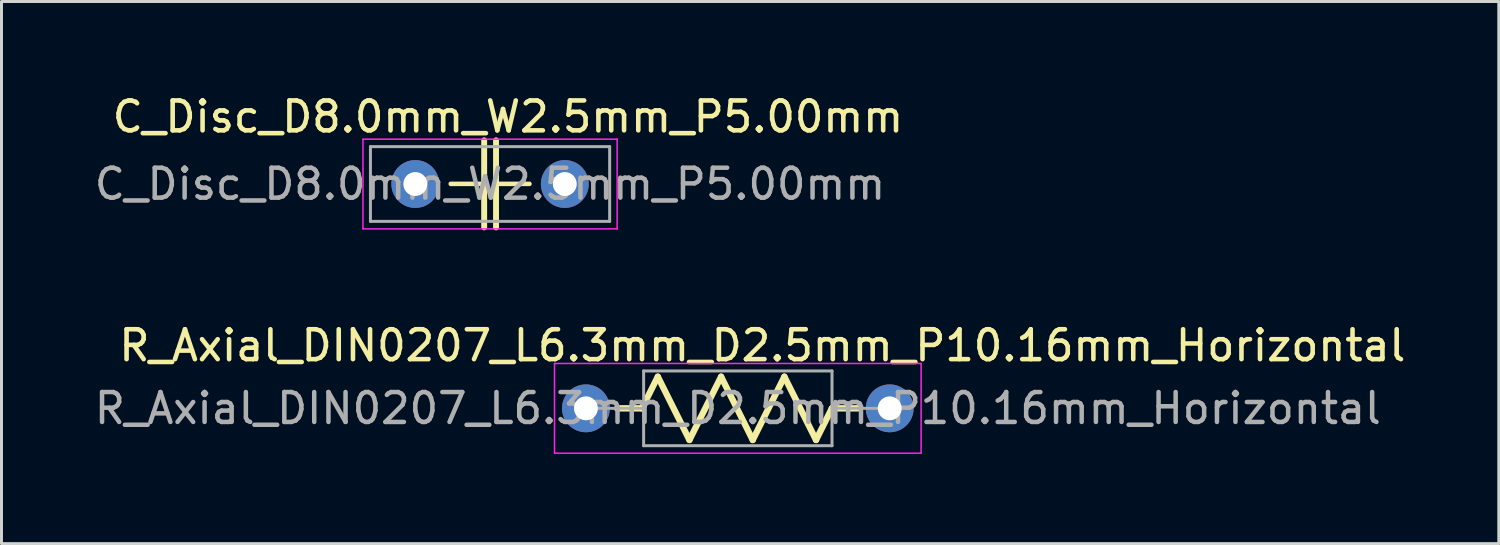
<source format=kicad_pcb>
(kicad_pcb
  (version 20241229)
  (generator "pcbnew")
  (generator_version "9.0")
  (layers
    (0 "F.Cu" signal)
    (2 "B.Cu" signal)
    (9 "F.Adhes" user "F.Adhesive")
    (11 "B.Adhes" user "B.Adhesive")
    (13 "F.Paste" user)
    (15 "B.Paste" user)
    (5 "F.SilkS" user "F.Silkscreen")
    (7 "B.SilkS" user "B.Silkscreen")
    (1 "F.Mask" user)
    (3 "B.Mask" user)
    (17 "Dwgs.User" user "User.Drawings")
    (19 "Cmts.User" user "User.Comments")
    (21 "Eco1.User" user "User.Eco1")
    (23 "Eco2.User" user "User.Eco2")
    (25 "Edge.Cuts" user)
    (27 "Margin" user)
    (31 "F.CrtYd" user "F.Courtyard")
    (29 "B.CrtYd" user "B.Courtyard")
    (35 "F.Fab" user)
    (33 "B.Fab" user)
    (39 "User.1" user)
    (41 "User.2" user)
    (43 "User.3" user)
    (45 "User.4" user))
  (footprint "C_Disc_D8.0mm_W2.5mm_P5.00mm"
    (layer "F.Cu")
    (at 10.839 3.104)
    (property "Reference" "C_Disc_D8.0mm_W2.5mm_P5.00mm" (at 3.1 -2.25 0) (layer "F.SilkS") (effects (font (size 1 1) (thickness 0.153))))
    (attr through_hole)
    (fp_line (start 2.303 -1.46) (end 2.303 1.45) (stroke (width 0.198) (type solid)) (layer "F.SilkS"))
    (fp_line (start 2.318 -0.005) (end 1.186 -0.005) (stroke (width 0.153) (type solid)) (layer "F.SilkS"))
    (fp_line (start 2.697 -0.005) (end 3.817 -0.005) (stroke (width 0.153) (type solid)) (layer "F.SilkS"))
    (fp_line (start 2.7 1.45) (end 2.7 -1.46) (stroke (width 0.198) (type solid)) (layer "F.SilkS"))
    (fp_line (start -1.75 -1.5) (end -1.75 1.5) (stroke (width 0.05) (type solid)) (layer "F.CrtYd"))
    (fp_line (start -1.75 1.5) (end 6.75 1.5) (stroke (width 0.05) (type solid)) (layer "F.CrtYd"))
    (fp_line (start 6.75 -1.5) (end -1.75 -1.5) (stroke (width 0.05) (type solid)) (layer "F.CrtYd"))
    (fp_line (start 6.75 1.5) (end 6.75 -1.5) (stroke (width 0.05) (type solid)) (layer "F.CrtYd"))
    (fp_line (start -1.5 -1.25) (end -1.5 1.25) (stroke (width 0.1) (type solid)) (layer "F.Fab"))
    (fp_line (start -1.5 1.25) (end 6.5 1.25) (stroke (width 0.1) (type solid)) (layer "F.Fab"))
    (fp_line (start 6.5 -1.25) (end -1.5 -1.25) (stroke (width 0.1) (type solid)) (layer "F.Fab"))
    (fp_line (start 6.5 1.25) (end 6.5 -1.25) (stroke (width 0.1) (type solid)) (layer "F.Fab"))
    (fp_text user "${REFERENCE}" (at 2.5 0 0) (layer "F.Fab") (effects (font (size 1 1) (thickness 0.15))))
    (pad "1" thru_hole circle (at 0 0) (size 1.6 1.6) (drill 0.8) (layers "*.Cu" "*.Mask"))
    (pad "2" thru_hole circle (at 5 0) (size 1.6 1.6) (drill 0.8) (layers "*.Cu" "*.Mask")))
  (footprint "R_Axial_DIN0207_L6.3mm_D2.5mm_P10.16mm_Horizontal"
    (layer "F.Cu")
    (at 16.545 10.606)
    (property "Reference" "R_Axial_DIN0207_L6.3mm_D2.5mm_P10.16mm_Horizontal" (at 5.9 -2.1 0) (layer "F.SilkS") (effects (font (size 1 1) (thickness 0.153))))
    (attr through_hole)
    (fp_line (start 1.04 0) (end 1.81 0) (stroke (width 0.12) (type solid)) (layer "F.SilkS"))
    (fp_line (start 1.04 0) (end 1.875 0) (stroke (width 0.212) (type solid)) (layer "F.SilkS"))
    (fp_line (start 1.875 0) (end 2.404 -1.058) (stroke (width 0.212) (type solid)) (layer "F.SilkS"))
    (fp_line (start 2.404 -1.058) (end 3.462 1.058) (stroke (width 0.212) (type solid)) (layer "F.SilkS"))
    (fp_line (start 3.462 1.058) (end 4.521 -1.058) (stroke (width 0.212) (type solid)) (layer "F.SilkS"))
    (fp_line (start 4.521 -1.058) (end 5.579 1.058) (stroke (width 0.212) (type solid)) (layer "F.SilkS"))
    (fp_line (start 5.579 1.058) (end 6.637 -1.058) (stroke (width 0.212) (type solid)) (layer "F.SilkS"))
    (fp_line (start 6.637 -1.058) (end 7.696 1.058) (stroke (width 0.212) (type solid)) (layer "F.SilkS"))
    (fp_line (start 7.696 1.058) (end 8.225 0) (stroke (width 0.212) (type solid)) (layer "F.SilkS"))
    (fp_line (start 8.225 0) (end 9.12 0) (stroke (width 0.212) (type solid)) (layer "F.SilkS"))
    (fp_line (start 9.12 0) (end 8.35 0) (stroke (width 0.12) (type solid)) (layer "F.SilkS"))
    (fp_line (start -1.05 -1.5) (end -1.05 1.5) (stroke (width 0.05) (type solid)) (layer "F.CrtYd"))
    (fp_line (start -1.05 1.5) (end 11.21 1.5) (stroke (width 0.05) (type solid)) (layer "F.CrtYd"))
    (fp_line (start 11.21 -1.5) (end -1.05 -1.5) (stroke (width 0.05) (type solid)) (layer "F.CrtYd"))
    (fp_line (start 11.21 1.5) (end 11.21 -1.5) (stroke (width 0.05) (type solid)) (layer "F.CrtYd"))
    (fp_line (start 0 0) (end 1.93 0) (stroke (width 0.1) (type solid)) (layer "F.Fab"))
    (fp_line (start 1.93 -1.25) (end 1.93 1.25) (stroke (width 0.1) (type solid)) (layer "F.Fab"))
    (fp_line (start 1.93 1.25) (end 8.23 1.25) (stroke (width 0.1) (type solid)) (layer "F.Fab"))
    (fp_line (start 8.23 -1.25) (end 1.93 -1.25) (stroke (width 0.1) (type solid)) (layer "F.Fab"))
    (fp_line (start 8.23 1.25) (end 8.23 -1.25) (stroke (width 0.1) (type solid)) (layer "F.Fab"))
    (fp_line (start 10.16 0) (end 8.23 0) (stroke (width 0.1) (type solid)) (layer "F.Fab"))
    (fp_text user "${REFERENCE}" (at 5.08 0 0) (layer "F.Fab") (effects (font (size 1 1) (thickness 0.15))))
    (pad "1" thru_hole circle (at 0 0) (size 1.6 1.6) (drill 0.8) (layers "*.Cu" "*.Mask"))
    (pad "2" thru_hole oval (at 10.16 0) (size 1.6 1.6) (drill 0.8) (layers "*.Cu" "*.Mask")))
  (gr_rect
    (start -3 -3)
    (end 47.075 15.131)
    (stroke (width 0.1) (type default))
    (fill no)
    (layer "Edge.Cuts")))
</source>
